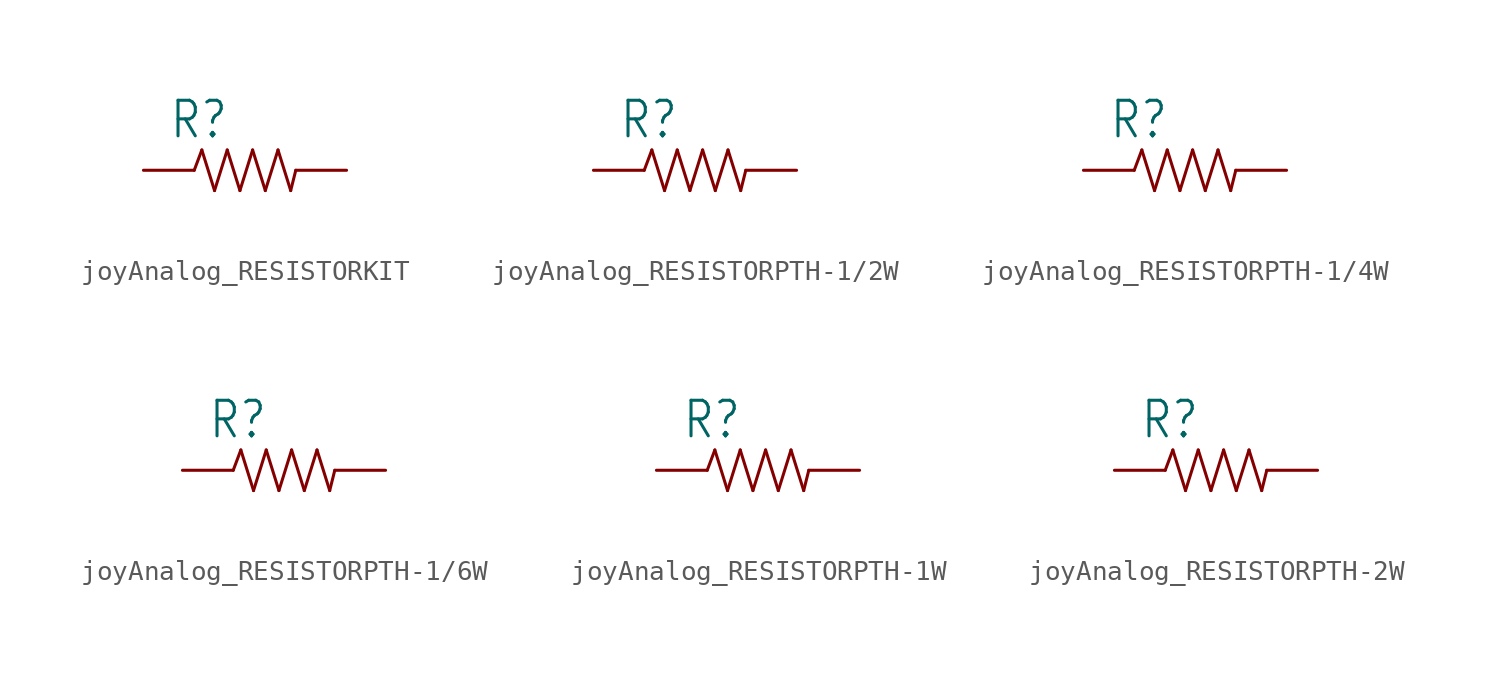
<source format=kicad_sym>
(kicad_symbol_lib
  (version 20231120)
  (generator "kicad_symbol_editor")
  (generator_version "8.0")
  (symbol "joyAnalog_RESISTORKIT"
    (property "Reference" "R"
      (at -3.81 1.499 0)
      (effects (font (size 1.778 1.511)) (justify left bottom)))
    (property "Value" ""
      (at -3.81 -3.302 0)
      (effects (font (size 1.778 1.511)) (justify left bottom)))
    (property "ki_locked" ""
      (at 0 0 0)
      (effects (font (size 1.27 1.27))))
    (symbol "joyAnalog_RESISTORKIT_1_0"
      (polyline (pts (xy -2.54 0) (xy -2.159 1.016)) (stroke (width 0.152) (type solid)) (fill (type none)))
      (polyline (pts (xy -2.159 1.016) (xy -1.524 -1.016)) (stroke (width 0.152) (type solid)) (fill (type none)))
      (polyline (pts (xy -1.524 -1.016) (xy -0.889 1.016)) (stroke (width 0.152) (type solid)) (fill (type none)))
      (polyline (pts (xy -0.889 1.016) (xy -0.254 -1.016)) (stroke (width 0.152) (type solid)) (fill (type none)))
      (polyline (pts (xy -0.254 -1.016) (xy 0.381 1.016)) (stroke (width 0.152) (type solid)) (fill (type none)))
      (polyline (pts (xy 0.381 1.016) (xy 1.016 -1.016)) (stroke (width 0.152) (type solid)) (fill (type none)))
      (polyline (pts (xy 1.016 -1.016) (xy 1.651 1.016)) (stroke (width 0.152) (type solid)) (fill (type none)))
      (polyline (pts (xy 1.651 1.016) (xy 2.286 -1.016)) (stroke (width 0.152) (type solid)) (fill (type none)))
      (polyline (pts (xy 2.286 -1.016) (xy 2.54 0)) (stroke (width 0.152) (type solid)) (fill (type none)))
      (pin passive line (at -5.08 0 0) (length 2.54) (name "1" (effects (font (size 0 0)))) (number "P$1" (effects (font (size 0 0)))))
      (pin passive line (at 5.08 0 180) (length 2.54) (name "2" (effects (font (size 0 0)))) (number "P$2" (effects (font (size 0 0)))))))
  (symbol "joyAnalog_RESISTORPTH-1/2W"
    (property "Reference" "R"
      (at -3.81 1.499 0)
      (effects (font (size 1.778 1.511)) (justify left bottom)))
    (property "Value" ""
      (at -3.81 -3.302 0)
      (effects (font (size 1.778 1.511)) (justify left bottom)))
    (property "ki_locked" ""
      (at 0 0 0)
      (effects (font (size 1.27 1.27))))
    (symbol "joyAnalog_RESISTORPTH-1/2W_1_0"
      (polyline (pts (xy -2.54 0) (xy -2.159 1.016)) (stroke (width 0.152) (type solid)) (fill (type none)))
      (polyline (pts (xy -2.159 1.016) (xy -1.524 -1.016)) (stroke (width 0.152) (type solid)) (fill (type none)))
      (polyline (pts (xy -1.524 -1.016) (xy -0.889 1.016)) (stroke (width 0.152) (type solid)) (fill (type none)))
      (polyline (pts (xy -0.889 1.016) (xy -0.254 -1.016)) (stroke (width 0.152) (type solid)) (fill (type none)))
      (polyline (pts (xy -0.254 -1.016) (xy 0.381 1.016)) (stroke (width 0.152) (type solid)) (fill (type none)))
      (polyline (pts (xy 0.381 1.016) (xy 1.016 -1.016)) (stroke (width 0.152) (type solid)) (fill (type none)))
      (polyline (pts (xy 1.016 -1.016) (xy 1.651 1.016)) (stroke (width 0.152) (type solid)) (fill (type none)))
      (polyline (pts (xy 1.651 1.016) (xy 2.286 -1.016)) (stroke (width 0.152) (type solid)) (fill (type none)))
      (polyline (pts (xy 2.286 -1.016) (xy 2.54 0)) (stroke (width 0.152) (type solid)) (fill (type none)))
      (pin passive line (at -5.08 0 0) (length 2.54) (name "1" (effects (font (size 0 0)))) (number "P$1" (effects (font (size 0 0)))))
      (pin passive line (at 5.08 0 180) (length 2.54) (name "2" (effects (font (size 0 0)))) (number "P$2" (effects (font (size 0 0)))))))
  (symbol "joyAnalog_RESISTORPTH-1/4W"
    (property "Reference" "R"
      (at -3.81 1.499 0)
      (effects (font (size 1.778 1.511)) (justify left bottom)))
    (property "Value" ""
      (at -3.81 -3.302 0)
      (effects (font (size 1.778 1.511)) (justify left bottom)))
    (property "ki_locked" ""
      (at 0 0 0)
      (effects (font (size 1.27 1.27))))
    (symbol "joyAnalog_RESISTORPTH-1/4W_1_0"
      (polyline (pts (xy -2.54 0) (xy -2.159 1.016)) (stroke (width 0.152) (type solid)) (fill (type none)))
      (polyline (pts (xy -2.159 1.016) (xy -1.524 -1.016)) (stroke (width 0.152) (type solid)) (fill (type none)))
      (polyline (pts (xy -1.524 -1.016) (xy -0.889 1.016)) (stroke (width 0.152) (type solid)) (fill (type none)))
      (polyline (pts (xy -0.889 1.016) (xy -0.254 -1.016)) (stroke (width 0.152) (type solid)) (fill (type none)))
      (polyline (pts (xy -0.254 -1.016) (xy 0.381 1.016)) (stroke (width 0.152) (type solid)) (fill (type none)))
      (polyline (pts (xy 0.381 1.016) (xy 1.016 -1.016)) (stroke (width 0.152) (type solid)) (fill (type none)))
      (polyline (pts (xy 1.016 -1.016) (xy 1.651 1.016)) (stroke (width 0.152) (type solid)) (fill (type none)))
      (polyline (pts (xy 1.651 1.016) (xy 2.286 -1.016)) (stroke (width 0.152) (type solid)) (fill (type none)))
      (polyline (pts (xy 2.286 -1.016) (xy 2.54 0)) (stroke (width 0.152) (type solid)) (fill (type none)))
      (pin passive line (at -5.08 0 0) (length 2.54) (name "1" (effects (font (size 0 0)))) (number "P$1" (effects (font (size 0 0)))))
      (pin passive line (at 5.08 0 180) (length 2.54) (name "2" (effects (font (size 0 0)))) (number "P$2" (effects (font (size 0 0)))))))
  (symbol "joyAnalog_RESISTORPTH-1/6W"
    (property "Reference" "R"
      (at -3.81 1.499 0)
      (effects (font (size 1.778 1.511)) (justify left bottom)))
    (property "Value" ""
      (at -3.81 -3.302 0)
      (effects (font (size 1.778 1.511)) (justify left bottom)))
    (property "ki_locked" ""
      (at 0 0 0)
      (effects (font (size 1.27 1.27))))
    (symbol "joyAnalog_RESISTORPTH-1/6W_1_0"
      (polyline (pts (xy -2.54 0) (xy -2.159 1.016)) (stroke (width 0.152) (type solid)) (fill (type none)))
      (polyline (pts (xy -2.159 1.016) (xy -1.524 -1.016)) (stroke (width 0.152) (type solid)) (fill (type none)))
      (polyline (pts (xy -1.524 -1.016) (xy -0.889 1.016)) (stroke (width 0.152) (type solid)) (fill (type none)))
      (polyline (pts (xy -0.889 1.016) (xy -0.254 -1.016)) (stroke (width 0.152) (type solid)) (fill (type none)))
      (polyline (pts (xy -0.254 -1.016) (xy 0.381 1.016)) (stroke (width 0.152) (type solid)) (fill (type none)))
      (polyline (pts (xy 0.381 1.016) (xy 1.016 -1.016)) (stroke (width 0.152) (type solid)) (fill (type none)))
      (polyline (pts (xy 1.016 -1.016) (xy 1.651 1.016)) (stroke (width 0.152) (type solid)) (fill (type none)))
      (polyline (pts (xy 1.651 1.016) (xy 2.286 -1.016)) (stroke (width 0.152) (type solid)) (fill (type none)))
      (polyline (pts (xy 2.286 -1.016) (xy 2.54 0)) (stroke (width 0.152) (type solid)) (fill (type none)))
      (pin passive line (at -5.08 0 0) (length 2.54) (name "1" (effects (font (size 0 0)))) (number "1" (effects (font (size 0 0)))))
      (pin passive line (at 5.08 0 180) (length 2.54) (name "2" (effects (font (size 0 0)))) (number "2" (effects (font (size 0 0)))))))
  (symbol "joyAnalog_RESISTORPTH-1W"
    (property "Reference" "R"
      (at -3.81 1.499 0)
      (effects (font (size 1.778 1.511)) (justify left bottom)))
    (property "Value" ""
      (at -3.81 -3.302 0)
      (effects (font (size 1.778 1.511)) (justify left bottom)))
    (property "ki_locked" ""
      (at 0 0 0)
      (effects (font (size 1.27 1.27))))
    (symbol "joyAnalog_RESISTORPTH-1W_1_0"
      (polyline (pts (xy -2.54 0) (xy -2.159 1.016)) (stroke (width 0.152) (type solid)) (fill (type none)))
      (polyline (pts (xy -2.159 1.016) (xy -1.524 -1.016)) (stroke (width 0.152) (type solid)) (fill (type none)))
      (polyline (pts (xy -1.524 -1.016) (xy -0.889 1.016)) (stroke (width 0.152) (type solid)) (fill (type none)))
      (polyline (pts (xy -0.889 1.016) (xy -0.254 -1.016)) (stroke (width 0.152) (type solid)) (fill (type none)))
      (polyline (pts (xy -0.254 -1.016) (xy 0.381 1.016)) (stroke (width 0.152) (type solid)) (fill (type none)))
      (polyline (pts (xy 0.381 1.016) (xy 1.016 -1.016)) (stroke (width 0.152) (type solid)) (fill (type none)))
      (polyline (pts (xy 1.016 -1.016) (xy 1.651 1.016)) (stroke (width 0.152) (type solid)) (fill (type none)))
      (polyline (pts (xy 1.651 1.016) (xy 2.286 -1.016)) (stroke (width 0.152) (type solid)) (fill (type none)))
      (polyline (pts (xy 2.286 -1.016) (xy 2.54 0)) (stroke (width 0.152) (type solid)) (fill (type none)))
      (pin passive line (at -5.08 0 0) (length 2.54) (name "1" (effects (font (size 0 0)))) (number "P$1" (effects (font (size 0 0)))))
      (pin passive line (at 5.08 0 180) (length 2.54) (name "2" (effects (font (size 0 0)))) (number "P$2" (effects (font (size 0 0)))))))
  (symbol "joyAnalog_RESISTORPTH-2W"
    (property "Reference" "R"
      (at -3.81 1.499 0)
      (effects (font (size 1.778 1.511)) (justify left bottom)))
    (property "Value" ""
      (at -3.81 -3.302 0)
      (effects (font (size 1.778 1.511)) (justify left bottom)))
    (property "ki_locked" ""
      (at 0 0 0)
      (effects (font (size 1.27 1.27))))
    (symbol "joyAnalog_RESISTORPTH-2W_1_0"
      (polyline (pts (xy -2.54 0) (xy -2.159 1.016)) (stroke (width 0.152) (type solid)) (fill (type none)))
      (polyline (pts (xy -2.159 1.016) (xy -1.524 -1.016)) (stroke (width 0.152) (type solid)) (fill (type none)))
      (polyline (pts (xy -1.524 -1.016) (xy -0.889 1.016)) (stroke (width 0.152) (type solid)) (fill (type none)))
      (polyline (pts (xy -0.889 1.016) (xy -0.254 -1.016)) (stroke (width 0.152) (type solid)) (fill (type none)))
      (polyline (pts (xy -0.254 -1.016) (xy 0.381 1.016)) (stroke (width 0.152) (type solid)) (fill (type none)))
      (polyline (pts (xy 0.381 1.016) (xy 1.016 -1.016)) (stroke (width 0.152) (type solid)) (fill (type none)))
      (polyline (pts (xy 1.016 -1.016) (xy 1.651 1.016)) (stroke (width 0.152) (type solid)) (fill (type none)))
      (polyline (pts (xy 1.651 1.016) (xy 2.286 -1.016)) (stroke (width 0.152) (type solid)) (fill (type none)))
      (polyline (pts (xy 2.286 -1.016) (xy 2.54 0)) (stroke (width 0.152) (type solid)) (fill (type none)))
      (pin passive line (at -5.08 0 0) (length 2.54) (name "1" (effects (font (size 0 0)))) (number "P$1" (effects (font (size 0 0)))))
      (pin passive line (at 5.08 0 180) (length 2.54) (name "2" (effects (font (size 0 0)))) (number "P$2" (effects (font (size 0 0))))))))
</source>
